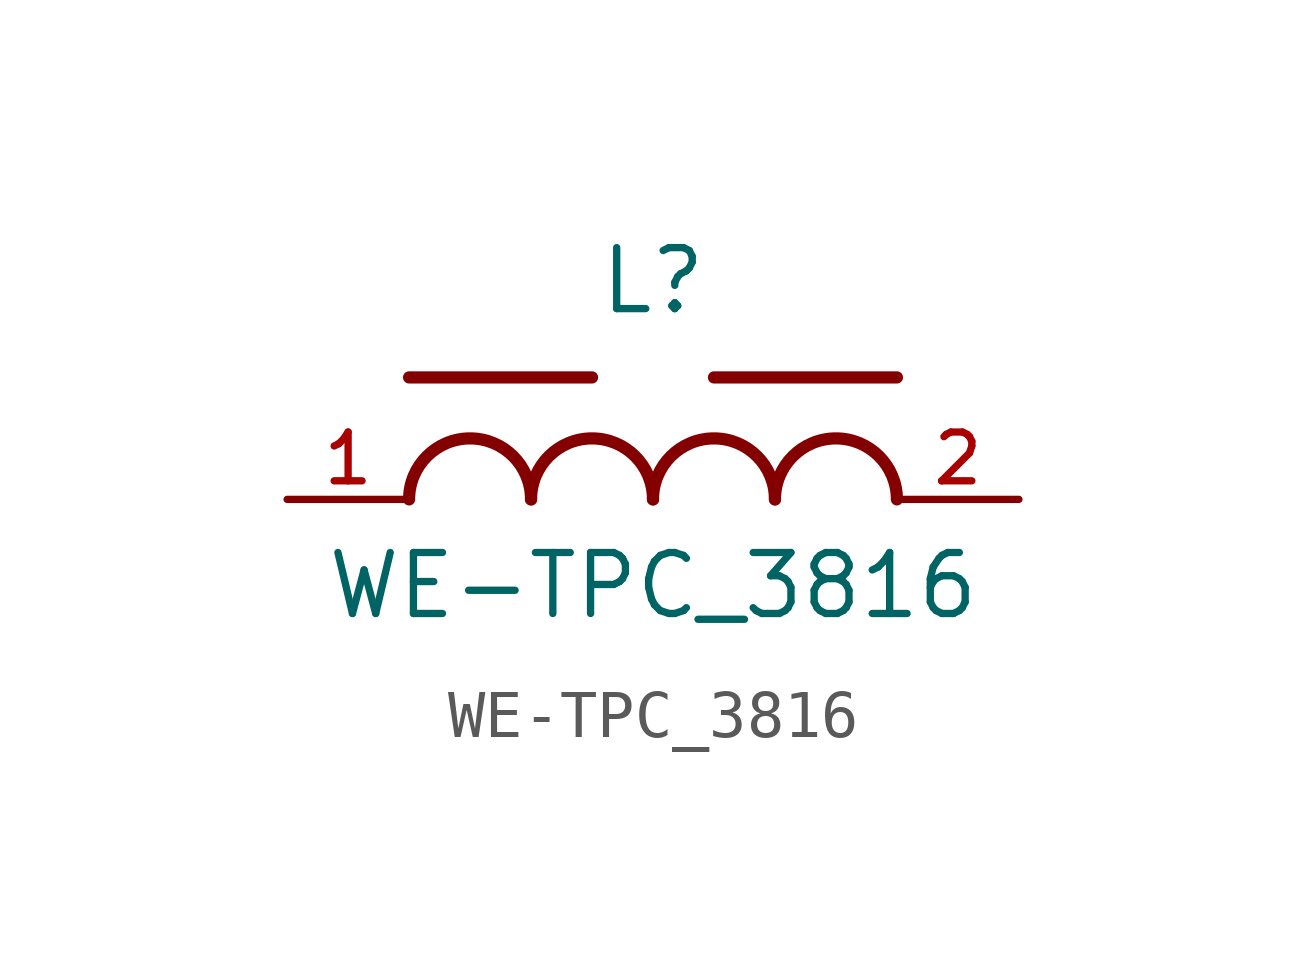
<source format=kicad_sym>
(kicad_symbol_lib
  (version 20220914)
  (generator kicad_symbol_editor)
  (symbol "WE-TPC_3816"
    (pin_names
      (offset 1.016))
    (property "Reference" "L"
      (at 0 3.81 0)
      (effects (font (size 1.27 1.27)) (justify bottom)))
    (property "Value" "WE-TPC_3816"
      (at 0 -2.54 0)
      (effects (font (size 1.27 1.27)) (justify bottom)))
    (symbol "WE-TPC_3816_0_0"
      (arc (start -2.54 0) (mid -3.81 1.2645) (end -5.08 0) (stroke (width 0.254) (type default)) (fill (type none)))
      (arc (start 0 0) (mid -1.27 1.2645) (end -2.54 0) (stroke (width 0.254) (type default)) (fill (type none)))
      (polyline (pts (xy -1.27 2.54) (xy -5.08 2.54)) (stroke (width 0.254) (type default)) (fill (type none)))
      (polyline (pts (xy 5.08 2.54) (xy 1.27 2.54)) (stroke (width 0.254) (type default)) (fill (type none)))
      (arc (start 2.54 0) (mid 1.27 1.2645) (end 0 0) (stroke (width 0.254) (type default)) (fill (type none)))
      (arc (start 5.08 0) (mid 3.81 1.2645) (end 2.54 0) (stroke (width 0.254) (type default)) (fill (type none)))
      (pin passive line (at -7.62 0 0) (length 2.54) (name "~" (effects (font (size 1.016 1.016)))) (number "1" (effects (font (size 1.016 1.016)))))
      (pin passive line (at 7.62 0 180) (length 2.54) (name "~" (effects (font (size 1.016 1.016)))) (number "2" (effects (font (size 1.016 1.016))))))))
</source>
